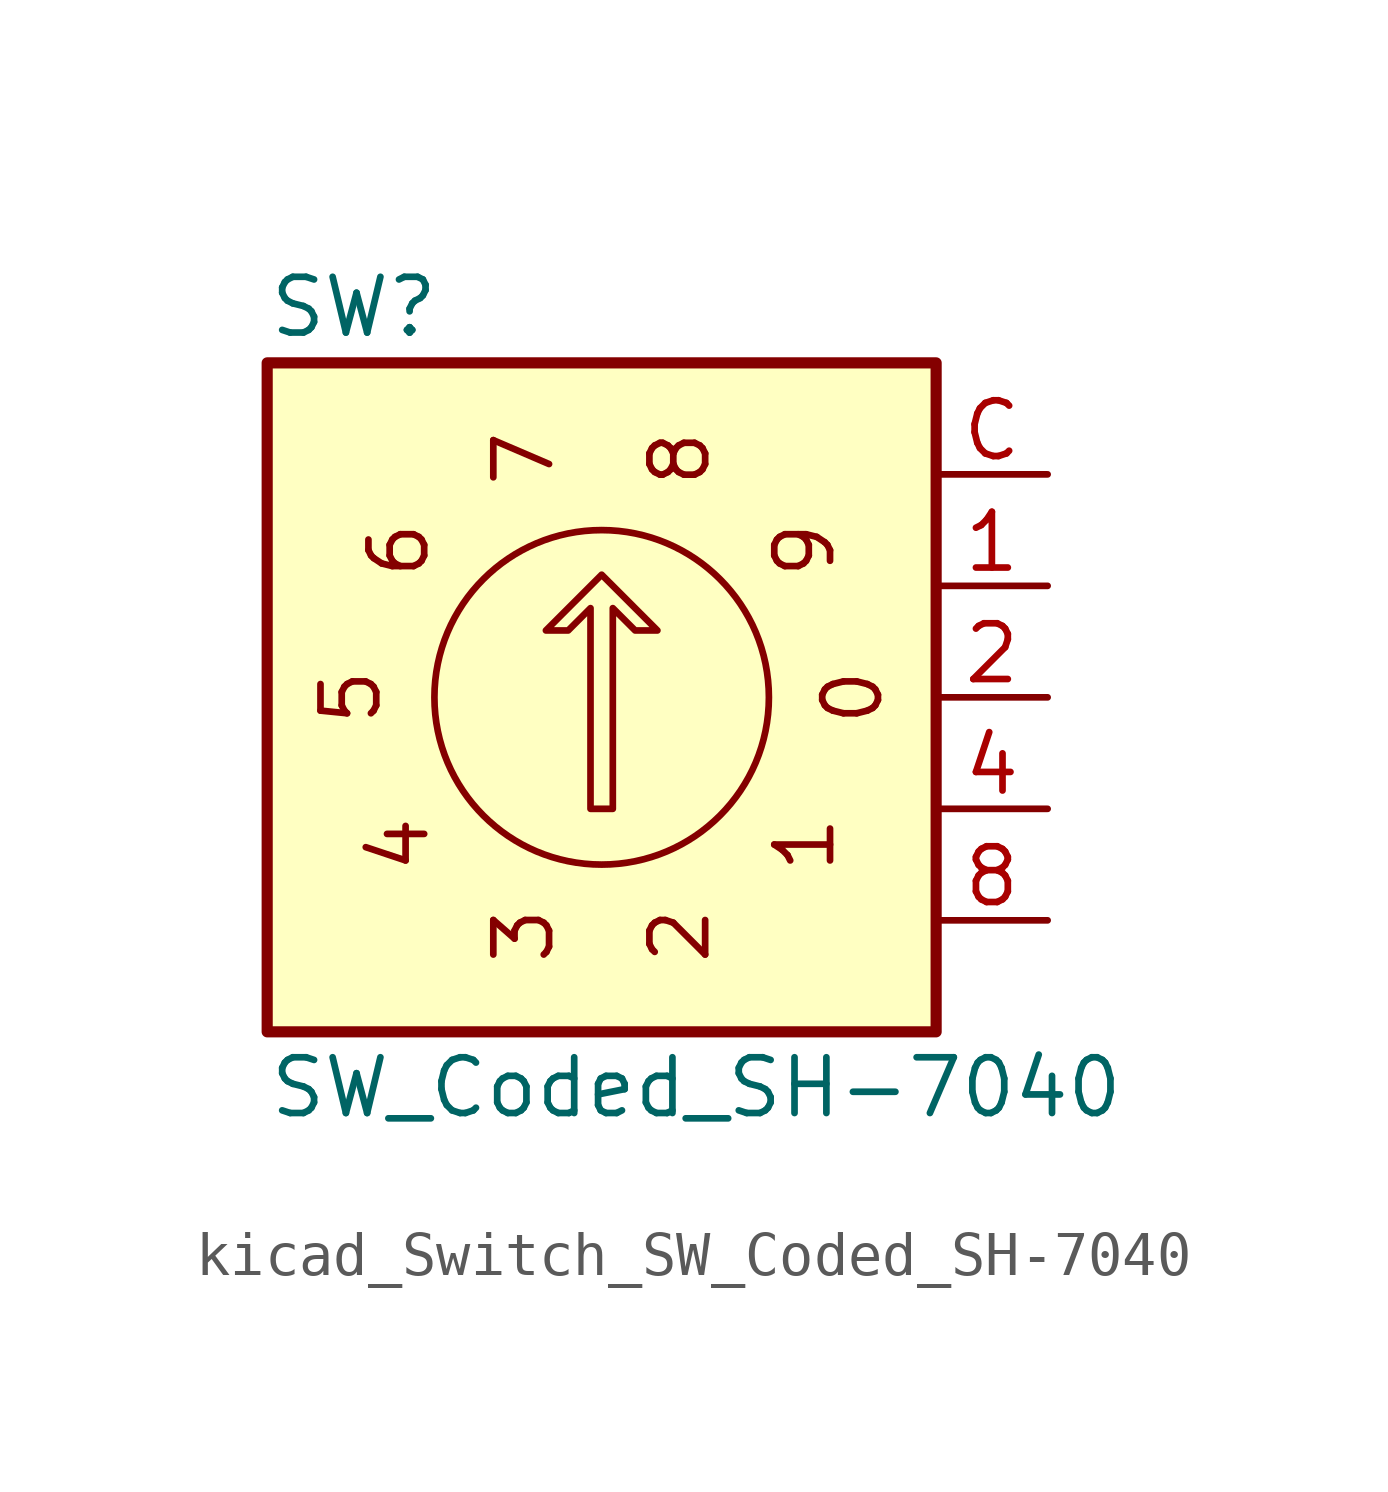
<source format=kicad_sym>
(kicad_symbol_lib
  (version 20220914)
  (generator kicad_symbol_editor)
  (symbol "kicad_Switch_SW_Coded_SH-7040"
    (pin_names hide)
    (property "Reference" "SW"
      (at -7.62 8.89 0)
      (effects (font (size 1.27 1.27)) (justify left)))
    (property "Value" "SW_Coded_SH-7040"
      (at -7.62 -8.89 0)
      (effects (font (size 1.27 1.27)) (justify left)))
    (symbol "kicad_Switch_SW_Coded_SH-7040_0_0"
      (text "0" (at 5.715 0 2700) (effects (font (size 1.27 1.27))))
      (text "1" (at 4.623 -3.353 2340) (effects (font (size 1.27 1.27))))
      (text "2" (at 1.778 -5.436 1980) (effects (font (size 1.27 1.27))))
      (text "3" (at -1.778 -5.436 1620) (effects (font (size 1.27 1.27))))
      (text "4" (at -4.623 -3.353 1260) (effects (font (size 1.27 1.27))))
      (text "5" (at -5.715 0 900) (effects (font (size 1.27 1.27))))
      (text "6" (at -4.623 3.353 540) (effects (font (size 1.27 1.27))))
      (text "7" (at -1.778 5.436 180) (effects (font (size 1.27 1.27))))
      (text "8" (at 1.778 5.436 3420) (effects (font (size 1.27 1.27))))
      (text "9" (at 4.623 3.353 3060) (effects (font (size 1.27 1.27)))))
    (symbol "kicad_Switch_SW_Coded_SH-7040_0_1"
      (polyline (pts (xy -0.254 -2.54) (xy -0.254 2.032) (xy -0.762 1.524) (xy -1.27 1.524) (xy 0 2.794) (xy 1.27 1.524) (xy 0.762 1.524) (xy 0.254 2.032) (xy 0.254 -2.54) (xy -0.254 -2.54) (xy -0.254 -2.54)) (stroke (width 0) (type default)) (fill (type none)))
      (circle (center 0 0) (radius 3.81) (stroke (width 0) (type default)) (fill (type none)))
      (rectangle (start 7.62 7.62) (end -7.62 -7.62) (stroke (width 0.254) (type default)) (fill (type background))))
    (symbol "kicad_Switch_SW_Coded_SH-7040_1_1"
      (pin passive line (at 10.16 2.54 180) (length 2.54) (name "1" (effects (font (size 1.27 1.27)))) (number "1" (effects (font (size 1.27 1.27)))))
      (pin passive line (at 10.16 0 180) (length 2.54) (name "2" (effects (font (size 1.27 1.27)))) (number "2" (effects (font (size 1.27 1.27)))))
      (pin passive line (at 10.16 -2.54 180) (length 2.54) (name "4" (effects (font (size 1.27 1.27)))) (number "4" (effects (font (size 1.27 1.27)))))
      (pin passive line (at 10.16 -5.08 180) (length 2.54) (name "8" (effects (font (size 1.27 1.27)))) (number "8" (effects (font (size 1.27 1.27)))))
      (pin passive line (at 10.16 5.08 180) (length 2.54) (name "C" (effects (font (size 1.27 1.27)))) (number "C" (effects (font (size 1.27 1.27))))))))
</source>
